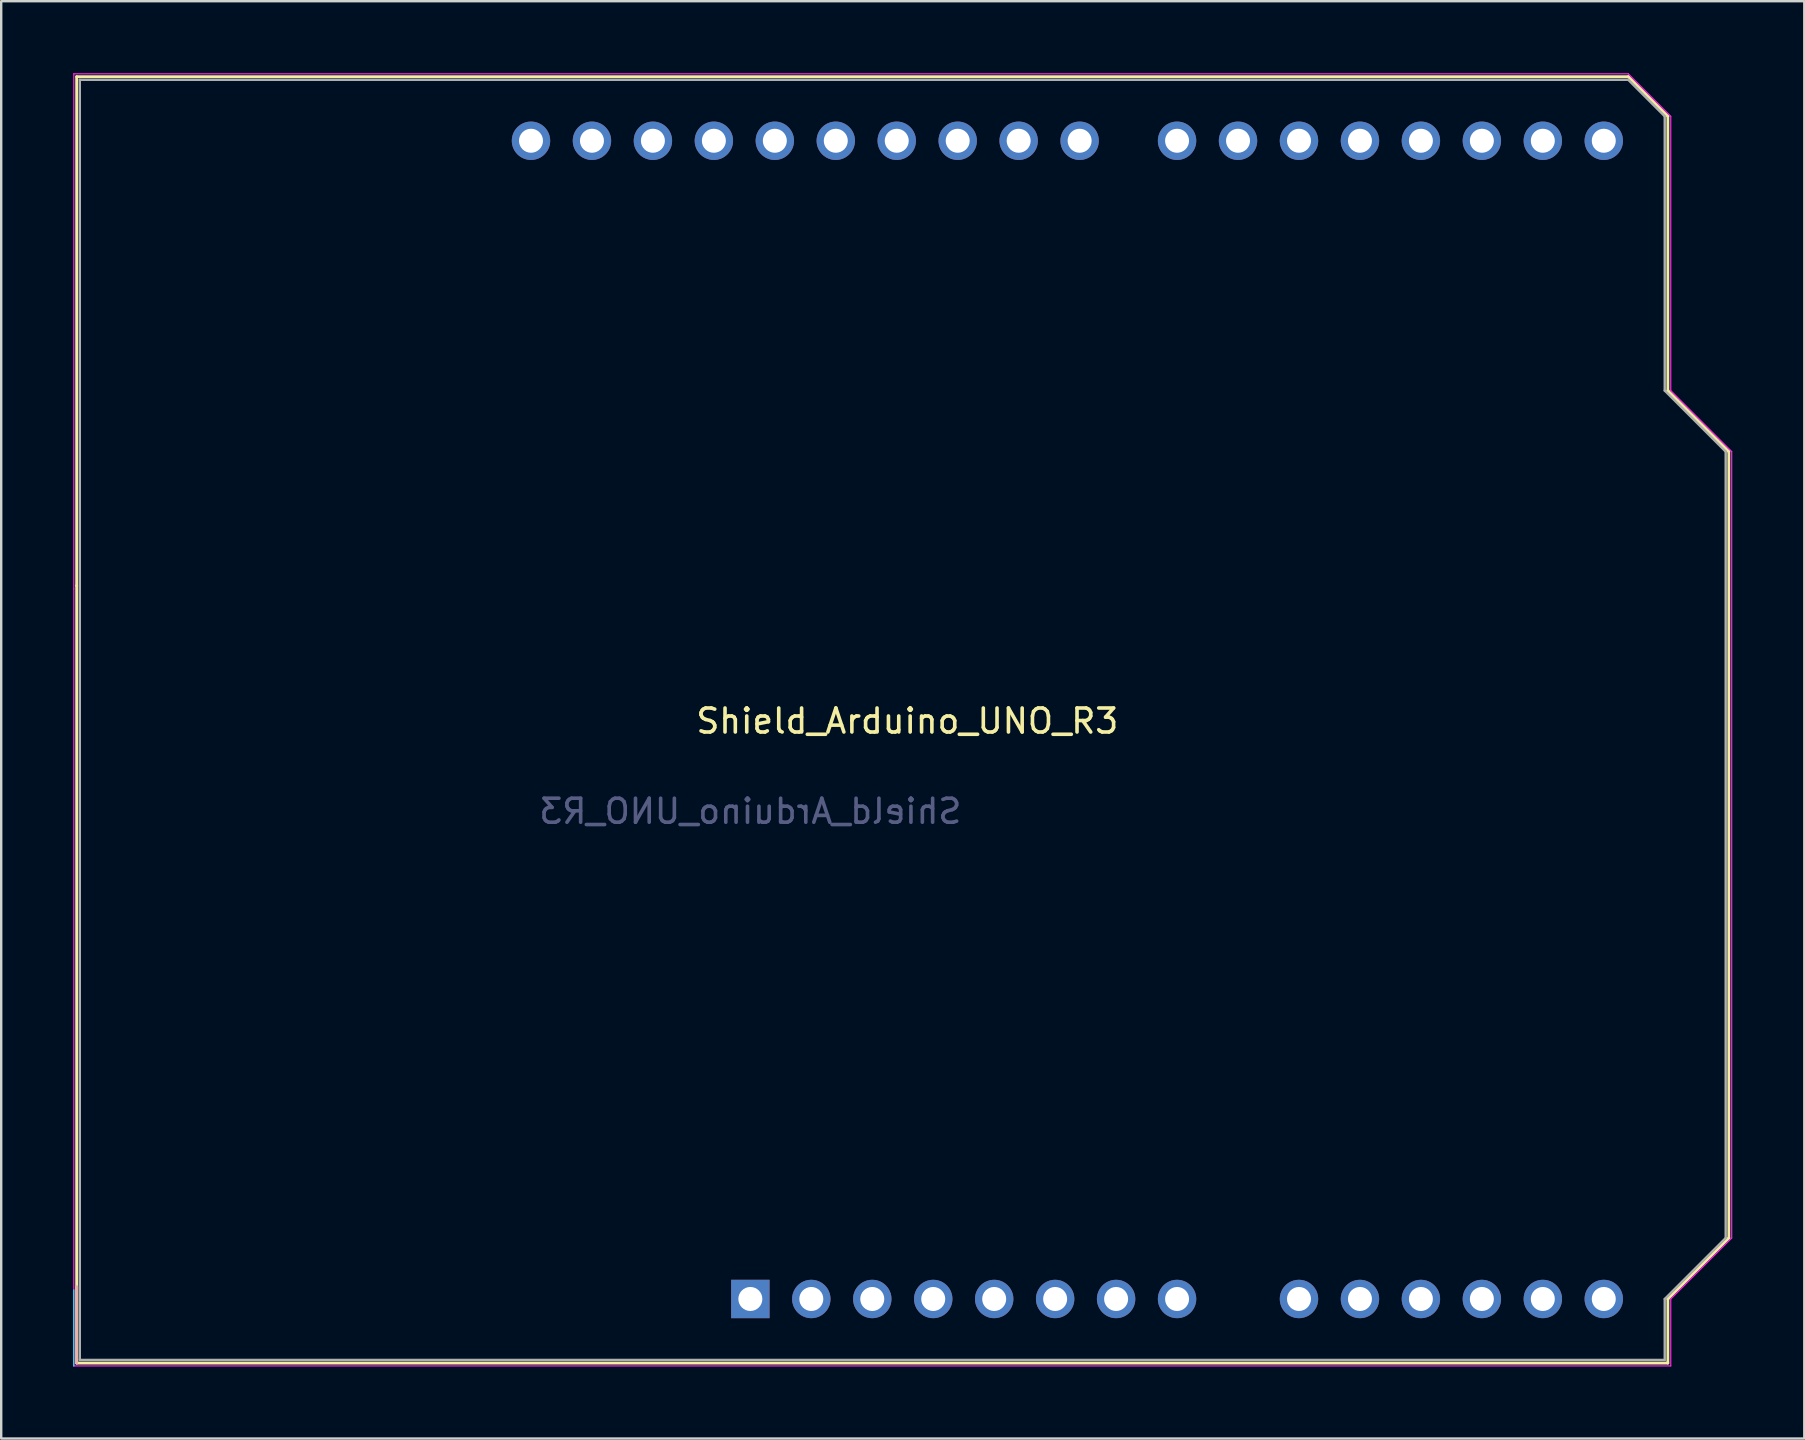
<source format=kicad_pcb>
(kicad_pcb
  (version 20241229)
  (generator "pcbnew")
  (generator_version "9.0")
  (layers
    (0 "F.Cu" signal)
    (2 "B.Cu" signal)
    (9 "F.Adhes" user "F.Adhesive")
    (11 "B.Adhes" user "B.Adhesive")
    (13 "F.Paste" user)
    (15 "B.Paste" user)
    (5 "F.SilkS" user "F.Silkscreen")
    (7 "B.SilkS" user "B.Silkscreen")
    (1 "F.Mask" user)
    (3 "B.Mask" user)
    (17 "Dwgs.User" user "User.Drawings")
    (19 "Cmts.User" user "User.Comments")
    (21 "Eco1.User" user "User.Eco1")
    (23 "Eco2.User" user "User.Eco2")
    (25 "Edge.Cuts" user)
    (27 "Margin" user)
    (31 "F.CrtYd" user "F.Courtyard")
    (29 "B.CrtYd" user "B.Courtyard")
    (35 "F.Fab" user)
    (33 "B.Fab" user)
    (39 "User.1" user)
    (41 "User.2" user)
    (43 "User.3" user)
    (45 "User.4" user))
  (footprint "Shield_Arduino_UNO_R3"
    (layer "F.Cu")
    (at 28.215 51.075)
    (property "Reference" "Shield_Arduino_UNO_R3" (at 6.54 -24.08 180) (layer "F.SilkS") (effects (font (size 1 1) (thickness 0.15))))
    (attr through_hole)
    (fp_line (start -28.07 -50.93) (end 36.58 -50.93) (stroke (width 0.12) (type solid)) (layer "F.SilkS"))
    (fp_line (start -28.07 -29.72) (end -28.07 -50.93) (stroke (width 0.12) (type solid)) (layer "F.SilkS"))
    (fp_line (start -28.07 2.67) (end -28.07 -29.72) (stroke (width 0.12) (type solid)) (layer "F.SilkS"))
    (fp_line (start 36.58 -50.93) (end 38.23 -49.28) (stroke (width 0.12) (type solid)) (layer "F.SilkS"))
    (fp_line (start 38.23 -49.28) (end 38.23 -37.85) (stroke (width 0.12) (type solid)) (layer "F.SilkS"))
    (fp_line (start 38.23 -37.85) (end 40.77 -35.31) (stroke (width 0.12) (type solid)) (layer "F.SilkS"))
    (fp_line (start 38.23 0) (end 38.23 2.67) (stroke (width 0.12) (type solid)) (layer "F.SilkS"))
    (fp_line (start 38.23 2.67) (end -28.07 2.67) (stroke (width 0.12) (type solid)) (layer "F.SilkS"))
    (fp_line (start 40.77 -35.31) (end 40.77 -2.54) (stroke (width 0.12) (type solid)) (layer "F.SilkS"))
    (fp_line (start 40.77 -2.54) (end 38.23 0) (stroke (width 0.12) (type solid)) (layer "F.SilkS"))
    (fp_line (start -28.07 2.67) (end -28.07 -0.51) (stroke (width 0.12) (type solid)) (layer "B.SilkS"))
    (fp_line (start -28.19 -0.38) (end -28.19 2.79) (stroke (width 0.05) (type solid)) (layer "B.CrtYd"))
    (fp_line (start -28.19 -51.05) (end -28.19 -29.59) (stroke (width 0.05) (type solid)) (layer "F.CrtYd"))
    (fp_line (start -28.19 -29.59) (end -28.19 2.79) (stroke (width 0.05) (type solid)) (layer "F.CrtYd"))
    (fp_line (start -28.19 2.79) (end 38.35 2.79) (stroke (width 0.05) (type solid)) (layer "F.CrtYd"))
    (fp_line (start 36.58 -51.05) (end -28.19 -51.05) (stroke (width 0.05) (type solid)) (layer "F.CrtYd"))
    (fp_line (start 38.35 -49.28) (end 36.58 -51.05) (stroke (width 0.05) (type solid)) (layer "F.CrtYd"))
    (fp_line (start 38.35 -37.85) (end 38.35 -49.28) (stroke (width 0.05) (type solid)) (layer "F.CrtYd"))
    (fp_line (start 38.35 0) (end 40.89 -2.54) (stroke (width 0.05) (type solid)) (layer "F.CrtYd"))
    (fp_line (start 38.35 2.79) (end 38.35 0) (stroke (width 0.05) (type solid)) (layer "F.CrtYd"))
    (fp_line (start 40.89 -35.31) (end 38.35 -37.85) (stroke (width 0.05) (type solid)) (layer "F.CrtYd"))
    (fp_line (start 40.89 -2.54) (end 40.89 -35.31) (stroke (width 0.05) (type solid)) (layer "F.CrtYd"))
    (fp_line (start -27.94 -50.8) (end -27.94 2.54) (stroke (width 0.1) (type solid)) (layer "F.Fab"))
    (fp_line (start -27.94 2.54) (end 38.1 2.54) (stroke (width 0.1) (type solid)) (layer "F.Fab"))
    (fp_line (start 36.58 -50.8) (end -27.94 -50.8) (stroke (width 0.1) (type solid)) (layer "F.Fab"))
    (fp_line (start 38.1 -49.28) (end 36.58 -50.8) (stroke (width 0.1) (type solid)) (layer "F.Fab"))
    (fp_line (start 38.1 -37.85) (end 38.1 -49.28) (stroke (width 0.1) (type solid)) (layer "F.Fab"))
    (fp_line (start 38.1 0) (end 40.64 -2.54) (stroke (width 0.1) (type solid)) (layer "F.Fab"))
    (fp_line (start 38.1 2.54) (end 38.1 0) (stroke (width 0.1) (type solid)) (layer "F.Fab"))
    (fp_line (start 40.64 -35.31) (end 38.1 -37.85) (stroke (width 0.1) (type solid)) (layer "F.Fab"))
    (fp_line (start 40.64 -2.54) (end 40.64 -35.31) (stroke (width 0.1) (type solid)) (layer "F.Fab"))
    (fp_text user "${REFERENCE}" (at 0 -20.32 180) (layer "B.Fab") (effects (font (size 1 1) (thickness 0.15)) (justify mirror)))
    (pad "1" thru_hole rect (at 0 0 270) (size 1.6 1.6) (drill 1) (layers "*.Cu" "*.Mask"))
    (pad "2" thru_hole oval (at 2.54 0 270) (size 1.6 1.6) (drill 1) (layers "*.Cu" "*.Mask"))
    (pad "3" thru_hole oval (at 5.08 0 270) (size 1.6 1.6) (drill 1) (layers "*.Cu" "*.Mask"))
    (pad "4" thru_hole oval (at 7.62 0 270) (size 1.6 1.6) (drill 1) (layers "*.Cu" "*.Mask"))
    (pad "5" thru_hole oval (at 10.16 0 270) (size 1.6 1.6) (drill 1) (layers "*.Cu" "*.Mask"))
    (pad "6" thru_hole oval (at 12.7 0 270) (size 1.6 1.6) (drill 1) (layers "*.Cu" "*.Mask"))
    (pad "7" thru_hole oval (at 15.24 0 270) (size 1.6 1.6) (drill 1) (layers "*.Cu" "*.Mask"))
    (pad "8" thru_hole oval (at 17.78 0 270) (size 1.6 1.6) (drill 1) (layers "*.Cu" "*.Mask"))
    (pad "9" thru_hole oval (at 22.86 0 270) (size 1.6 1.6) (drill 1) (layers "*.Cu" "*.Mask"))
    (pad "10" thru_hole oval (at 25.4 0 270) (size 1.6 1.6) (drill 1) (layers "*.Cu" "*.Mask"))
    (pad "11" thru_hole oval (at 27.94 0 270) (size 1.6 1.6) (drill 1) (layers "*.Cu" "*.Mask"))
    (pad "12" thru_hole oval (at 30.48 0 270) (size 1.6 1.6) (drill 1) (layers "*.Cu" "*.Mask"))
    (pad "13" thru_hole oval (at 33.02 0 270) (size 1.6 1.6) (drill 1) (layers "*.Cu" "*.Mask"))
    (pad "14" thru_hole oval (at 35.56 0 270) (size 1.6 1.6) (drill 1) (layers "*.Cu" "*.Mask"))
    (pad "15" thru_hole oval (at 35.56 -48.26 270) (size 1.6 1.6) (drill 1) (layers "*.Cu" "*.Mask"))
    (pad "16" thru_hole oval (at 33.02 -48.26 270) (size 1.6 1.6) (drill 1) (layers "*.Cu" "*.Mask"))
    (pad "17" thru_hole oval (at 30.48 -48.26 270) (size 1.6 1.6) (drill 1) (layers "*.Cu" "*.Mask"))
    (pad "18" thru_hole oval (at 27.94 -48.26 270) (size 1.6 1.6) (drill 1) (layers "*.Cu" "*.Mask"))
    (pad "19" thru_hole oval (at 25.4 -48.26 270) (size 1.6 1.6) (drill 1) (layers "*.Cu" "*.Mask"))
    (pad "20" thru_hole oval (at 22.86 -48.26 270) (size 1.6 1.6) (drill 1) (layers "*.Cu" "*.Mask"))
    (pad "21" thru_hole oval (at 20.32 -48.26 270) (size 1.6 1.6) (drill 1) (layers "*.Cu" "*.Mask"))
    (pad "22" thru_hole oval (at 17.78 -48.26 270) (size 1.6 1.6) (drill 1) (layers "*.Cu" "*.Mask"))
    (pad "23" thru_hole oval (at 13.72 -48.26 270) (size 1.6 1.6) (drill 1) (layers "*.Cu" "*.Mask"))
    (pad "24" thru_hole oval (at 11.18 -48.26 270) (size 1.6 1.6) (drill 1) (layers "*.Cu" "*.Mask"))
    (pad "25" thru_hole oval (at 8.64 -48.26 270) (size 1.6 1.6) (drill 1) (layers "*.Cu" "*.Mask"))
    (pad "26" thru_hole oval (at 6.1 -48.26 270) (size 1.6 1.6) (drill 1) (layers "*.Cu" "*.Mask"))
    (pad "27" thru_hole oval (at 3.56 -48.26 270) (size 1.6 1.6) (drill 1) (layers "*.Cu" "*.Mask"))
    (pad "28" thru_hole oval (at 1.02 -48.26 270) (size 1.6 1.6) (drill 1) (layers "*.Cu" "*.Mask"))
    (pad "29" thru_hole oval (at -1.52 -48.26 270) (size 1.6 1.6) (drill 1) (layers "*.Cu" "*.Mask"))
    (pad "30" thru_hole oval (at -4.06 -48.26 270) (size 1.6 1.6) (drill 1) (layers "*.Cu" "*.Mask"))
    (pad "31" thru_hole oval (at -6.6 -48.26 270) (size 1.6 1.6) (drill 1) (layers "*.Cu" "*.Mask"))
    (pad "32" thru_hole oval (at -9.14 -48.26 270) (size 1.6 1.6) (drill 1) (layers "*.Cu" "*.Mask")))
  (gr_rect
    (start -3 -3)
    (end 72.13 56.89)
    (stroke (width 0.1) (type default))
    (fill no)
    (layer "Edge.Cuts")))
</source>
